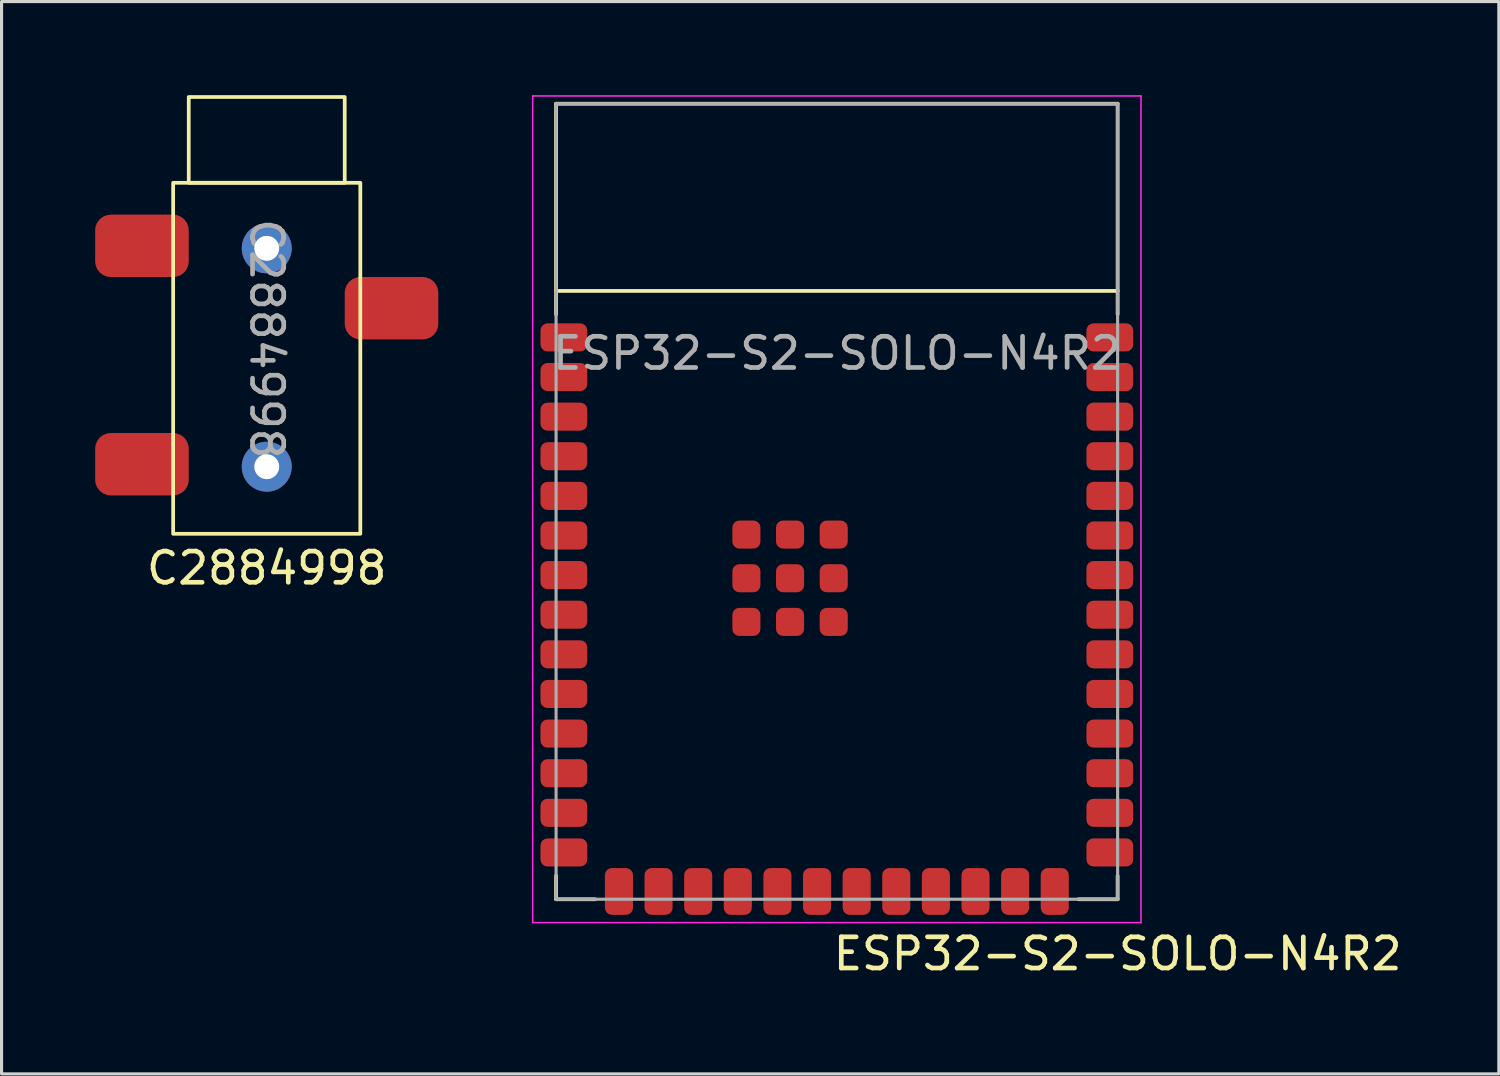
<source format=kicad_pcb>
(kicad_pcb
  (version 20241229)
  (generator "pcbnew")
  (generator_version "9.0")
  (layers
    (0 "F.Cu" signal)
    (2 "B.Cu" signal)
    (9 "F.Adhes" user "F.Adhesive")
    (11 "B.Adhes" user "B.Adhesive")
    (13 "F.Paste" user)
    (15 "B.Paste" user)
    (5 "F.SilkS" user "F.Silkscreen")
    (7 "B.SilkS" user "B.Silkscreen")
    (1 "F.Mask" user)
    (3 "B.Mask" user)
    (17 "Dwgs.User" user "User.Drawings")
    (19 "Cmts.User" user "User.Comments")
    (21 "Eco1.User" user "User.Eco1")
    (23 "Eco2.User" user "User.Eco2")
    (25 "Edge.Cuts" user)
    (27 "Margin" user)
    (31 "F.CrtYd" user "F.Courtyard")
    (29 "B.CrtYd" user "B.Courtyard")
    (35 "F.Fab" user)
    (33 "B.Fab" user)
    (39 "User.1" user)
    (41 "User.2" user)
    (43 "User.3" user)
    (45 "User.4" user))
  (footprint "C2884998"
    (layer "F.Cu")
    (at 5.5 7.81)
    (property "Reference" "C2884998" (at 0 7.35 0) (unlocked yes) (layer "F.SilkS") (effects (font (size 1 1) (thickness 0.15))))
    (attr smd)
    (fp_rect (start -3 -5) (end 3 6.25) (stroke (width 0.12) (type default)) (fill no) (layer "F.SilkS"))
    (fp_rect (start -2.5 -7.75) (end 2.5 -5) (stroke (width 0.12) (type default)) (fill no) (layer "F.SilkS"))
    (fp_text user "${REFERENCE}" (at 0 0 270) (unlocked yes) (layer "F.Fab") (effects (font (size 1 1) (thickness 0.15))))
    (pad "" np_thru_hole circle (at 0 -2.9) (size 1.6 1.6) (drill 0.8) (layers "*.Cu" "*.Mask"))
    (pad "" np_thru_hole circle (at 0 4.1) (size 1.6 1.6) (drill 0.8) (layers "*.Cu" "*.Mask"))
    (pad "R" smd roundrect (at 4 -0.98) (size 3 2) (layers "F.Cu" "F.Mask" "F.Paste") (roundrect_rratio 0.25))
    (pad "S" smd roundrect (at -4 -2.98) (size 3 2) (layers "F.Cu" "F.Mask" "F.Paste") (roundrect_rratio 0.25))
    (pad "T" smd roundrect (at -4 4.02) (size 3 2) (layers "F.Cu" "F.Mask" "F.Paste") (roundrect_rratio 0.25)))
  (footprint "ESP32-S2-SOLO-N4R2"
    (layer "F.Cu")
    (at 23.775 0.275)
    (property "Reference" "ESP32-S2-SOLO-N4R2" (at 9 27.25 0) (unlocked yes) (layer "F.SilkS") (effects (font (size 1 1) (thickness 0.15))))
    (attr smd)
    (fp_line (start -9 0) (end 9 0) (stroke (width 0.12) (type solid)) (layer "F.SilkS"))
    (fp_line (start -9 6) (end 9 6) (stroke (width 0.12) (type solid)) (layer "F.SilkS"))
    (fp_line (start -9 6.75) (end -9 0) (stroke (width 0.12) (type solid)) (layer "F.SilkS"))
    (fp_line (start -9 24.75) (end -9 25.5) (stroke (width 0.12) (type solid)) (layer "F.SilkS"))
    (fp_line (start -9 25.5) (end -7.75 25.5) (stroke (width 0.12) (type solid)) (layer "F.SilkS"))
    (fp_line (start 9 0) (end 9 6.75) (stroke (width 0.12) (type solid)) (layer "F.SilkS"))
    (fp_line (start 9 24.75) (end 9 25.5) (stroke (width 0.12) (type solid)) (layer "F.SilkS"))
    (fp_line (start 9 25.5) (end 7.75 25.5) (stroke (width 0.12) (type solid)) (layer "F.SilkS"))
    (fp_line (start -9.75 -0.25) (end 9.75 -0.25) (stroke (width 0.05) (type solid)) (layer "F.CrtYd"))
    (fp_line (start -9.75 26.25) (end -9.75 -0.25) (stroke (width 0.05) (type solid)) (layer "F.CrtYd"))
    (fp_line (start 9.75 -0.25) (end 9.75 26.25) (stroke (width 0.05) (type solid)) (layer "F.CrtYd"))
    (fp_line (start 9.75 26.25) (end -9.75 26.25) (stroke (width 0.05) (type solid)) (layer "F.CrtYd"))
    (fp_line (start -9 0) (end -9 25.5) (stroke (width 0.1) (type solid)) (layer "F.Fab"))
    (fp_line (start -9 25.5) (end 9 25.5) (stroke (width 0.1) (type solid)) (layer "F.Fab"))
    (fp_line (start 9 0) (end -9 0) (stroke (width 0.1) (type solid)) (layer "F.Fab"))
    (fp_line (start 9 25.5) (end 9 0) (stroke (width 0.1) (type solid)) (layer "F.Fab"))
    (fp_text user "${REFERENCE}" (at 0 8 0) (unlocked yes) (layer "F.Fab") (effects (font (size 1 1) (thickness 0.15))))
    (pad "1" smd roundrect (at -8.75 7.49 90) (size 0.9 1.5) (layers "F.Cu" "F.Mask" "F.Paste") (roundrect_rratio 0.25))
    (pad "2" smd roundrect (at -8.75 8.76 90) (size 0.9 1.5) (layers "F.Cu" "F.Mask" "F.Paste") (roundrect_rratio 0.25))
    (pad "3" smd roundrect (at -8.75 10.03 90) (size 0.9 1.5) (layers "F.Cu" "F.Mask" "F.Paste") (roundrect_rratio 0.25))
    (pad "4" smd roundrect (at -8.75 11.3 90) (size 0.9 1.5) (layers "F.Cu" "F.Mask" "F.Paste") (roundrect_rratio 0.25))
    (pad "5" smd roundrect (at -8.75 12.57 90) (size 0.9 1.5) (layers "F.Cu" "F.Mask" "F.Paste") (roundrect_rratio 0.25))
    (pad "6" smd roundrect (at -8.75 13.84 90) (size 0.9 1.5) (layers "F.Cu" "F.Mask" "F.Paste") (roundrect_rratio 0.25))
    (pad "7" smd roundrect (at -8.75 15.11 90) (size 0.9 1.5) (layers "F.Cu" "F.Mask" "F.Paste") (roundrect_rratio 0.25))
    (pad "8" smd roundrect (at -8.75 16.38 90) (size 0.9 1.5) (layers "F.Cu" "F.Mask" "F.Paste") (roundrect_rratio 0.25))
    (pad "9" smd roundrect (at -8.75 17.65 90) (size 0.9 1.5) (layers "F.Cu" "F.Mask" "F.Paste") (roundrect_rratio 0.25))
    (pad "10" smd roundrect (at -8.75 18.92 90) (size 0.9 1.5) (layers "F.Cu" "F.Mask" "F.Paste") (roundrect_rratio 0.25))
    (pad "11" smd roundrect (at -8.75 20.19 90) (size 0.9 1.5) (layers "F.Cu" "F.Mask" "F.Paste") (roundrect_rratio 0.25))
    (pad "12" smd roundrect (at -8.75 21.46 90) (size 0.9 1.5) (layers "F.Cu" "F.Mask" "F.Paste") (roundrect_rratio 0.25))
    (pad "13" smd roundrect (at -8.75 22.73 90) (size 0.9 1.5) (layers "F.Cu" "F.Mask" "F.Paste") (roundrect_rratio 0.25))
    (pad "14" smd roundrect (at -8.75 24 90) (size 0.9 1.5) (layers "F.Cu" "F.Mask" "F.Paste") (roundrect_rratio 0.25))
    (pad "15" smd roundrect (at -6.985 25.25 180) (size 0.9 1.5) (layers "F.Cu" "F.Mask" "F.Paste") (roundrect_rratio 0.25))
    (pad "16" smd roundrect (at -5.715 25.25 180) (size 0.9 1.5) (layers "F.Cu" "F.Mask" "F.Paste") (roundrect_rratio 0.25))
    (pad "17" smd roundrect (at -4.445 25.25 180) (size 0.9 1.5) (layers "F.Cu" "F.Mask" "F.Paste") (roundrect_rratio 0.25))
    (pad "18" smd roundrect (at -3.175 25.25 180) (size 0.9 1.5) (layers "F.Cu" "F.Mask" "F.Paste") (roundrect_rratio 0.25))
    (pad "19" smd roundrect (at -1.905 25.25 180) (size 0.9 1.5) (layers "F.Cu" "F.Mask" "F.Paste") (roundrect_rratio 0.25))
    (pad "20" smd roundrect (at -0.635 25.25 180) (size 0.9 1.5) (layers "F.Cu" "F.Mask" "F.Paste") (roundrect_rratio 0.25))
    (pad "21" smd roundrect (at 0.635 25.25 180) (size 0.9 1.5) (layers "F.Cu" "F.Mask" "F.Paste") (roundrect_rratio 0.25))
    (pad "22" smd roundrect (at 1.905 25.25 180) (size 0.9 1.5) (layers "F.Cu" "F.Mask" "F.Paste") (roundrect_rratio 0.25))
    (pad "23" smd roundrect (at 3.175 25.25 180) (size 0.9 1.5) (layers "F.Cu" "F.Mask" "F.Paste") (roundrect_rratio 0.25))
    (pad "24" smd roundrect (at 4.445 25.25 180) (size 0.9 1.5) (layers "F.Cu" "F.Mask" "F.Paste") (roundrect_rratio 0.25))
    (pad "25" smd roundrect (at 5.715 25.25 180) (size 0.9 1.5) (layers "F.Cu" "F.Mask" "F.Paste") (roundrect_rratio 0.25))
    (pad "26" smd roundrect (at 6.985 25.25 180) (size 0.9 1.5) (layers "F.Cu" "F.Mask" "F.Paste") (roundrect_rratio 0.25))
    (pad "27" smd roundrect (at 8.75 24 270) (size 0.9 1.5) (layers "F.Cu" "F.Mask" "F.Paste") (roundrect_rratio 0.25))
    (pad "28" smd roundrect (at 8.75 22.73 270) (size 0.9 1.5) (layers "F.Cu" "F.Mask" "F.Paste") (roundrect_rratio 0.25))
    (pad "29" smd roundrect (at 8.75 21.46 270) (size 0.9 1.5) (layers "F.Cu" "F.Mask" "F.Paste") (roundrect_rratio 0.25))
    (pad "30" smd roundrect (at 8.75 20.19 270) (size 0.9 1.5) (layers "F.Cu" "F.Mask" "F.Paste") (roundrect_rratio 0.25))
    (pad "31" smd roundrect (at 8.75 18.92 270) (size 0.9 1.5) (layers "F.Cu" "F.Mask" "F.Paste") (roundrect_rratio 0.25))
    (pad "32" smd roundrect (at 8.75 17.65 270) (size 0.9 1.5) (layers "F.Cu" "F.Mask" "F.Paste") (roundrect_rratio 0.25))
    (pad "33" smd roundrect (at 8.75 16.38 270) (size 0.9 1.5) (layers "F.Cu" "F.Mask" "F.Paste") (roundrect_rratio 0.25))
    (pad "34" smd roundrect (at 8.75 15.11 270) (size 0.9 1.5) (layers "F.Cu" "F.Mask" "F.Paste") (roundrect_rratio 0.25))
    (pad "35" smd roundrect (at 8.75 13.84 270) (size 0.9 1.5) (layers "F.Cu" "F.Mask" "F.Paste") (roundrect_rratio 0.25))
    (pad "36" smd roundrect (at 8.75 12.57 270) (size 0.9 1.5) (layers "F.Cu" "F.Mask" "F.Paste") (roundrect_rratio 0.25))
    (pad "37" smd roundrect (at 8.75 11.3 270) (size 0.9 1.5) (layers "F.Cu" "F.Mask" "F.Paste") (roundrect_rratio 0.25))
    (pad "38" smd roundrect (at 8.75 10.03 270) (size 0.9 1.5) (layers "F.Cu" "F.Mask" "F.Paste") (roundrect_rratio 0.25))
    (pad "39" smd roundrect (at 8.75 8.76 270) (size 0.9 1.5) (layers "F.Cu" "F.Mask" "F.Paste") (roundrect_rratio 0.25))
    (pad "40" smd roundrect (at 8.75 7.49 270) (size 0.9 1.5) (layers "F.Cu" "F.Mask" "F.Paste") (roundrect_rratio 0.25))
    (pad "41" smd roundrect (at -2.9 13.81 270) (size 0.9 0.9) (layers "F.Cu" "F.Mask" "F.Paste") (roundrect_rratio 0.25))
    (pad "41" smd roundrect (at -2.9 15.21 270) (size 0.9 0.9) (layers "F.Cu" "F.Mask" "F.Paste") (roundrect_rratio 0.25))
    (pad "41" smd roundrect (at -2.9 16.61 270) (size 0.9 0.9) (layers "F.Cu" "F.Mask" "F.Paste") (roundrect_rratio 0.25))
    (pad "41" smd roundrect (at -1.5 13.81 270) (size 0.9 0.9) (layers "F.Cu" "F.Mask" "F.Paste") (roundrect_rratio 0.25))
    (pad "41" smd roundrect (at -1.5 15.21 270) (size 0.9 0.9) (layers "F.Cu" "F.Mask" "F.Paste") (roundrect_rratio 0.25))
    (pad "41" smd roundrect (at -1.5 16.61 270) (size 0.9 0.9) (layers "F.Cu" "F.Mask" "F.Paste") (roundrect_rratio 0.25))
    (pad "41" smd roundrect (at -0.1 13.81 270) (size 0.9 0.9) (layers "F.Cu" "F.Mask" "F.Paste") (roundrect_rratio 0.25))
    (pad "41" smd roundrect (at -0.1 15.21 270) (size 0.9 0.9) (layers "F.Cu" "F.Mask" "F.Paste") (roundrect_rratio 0.25))
    (pad "41" smd roundrect (at -0.1 16.61 270) (size 0.9 0.9) (layers "F.Cu" "F.Mask" "F.Paste") (roundrect_rratio 0.25)))
  (gr_rect
    (start -3 -3)
    (end 44.995 31.373)
    (stroke (width 0.1) (type default))
    (fill no)
    (layer "Edge.Cuts")))
</source>
